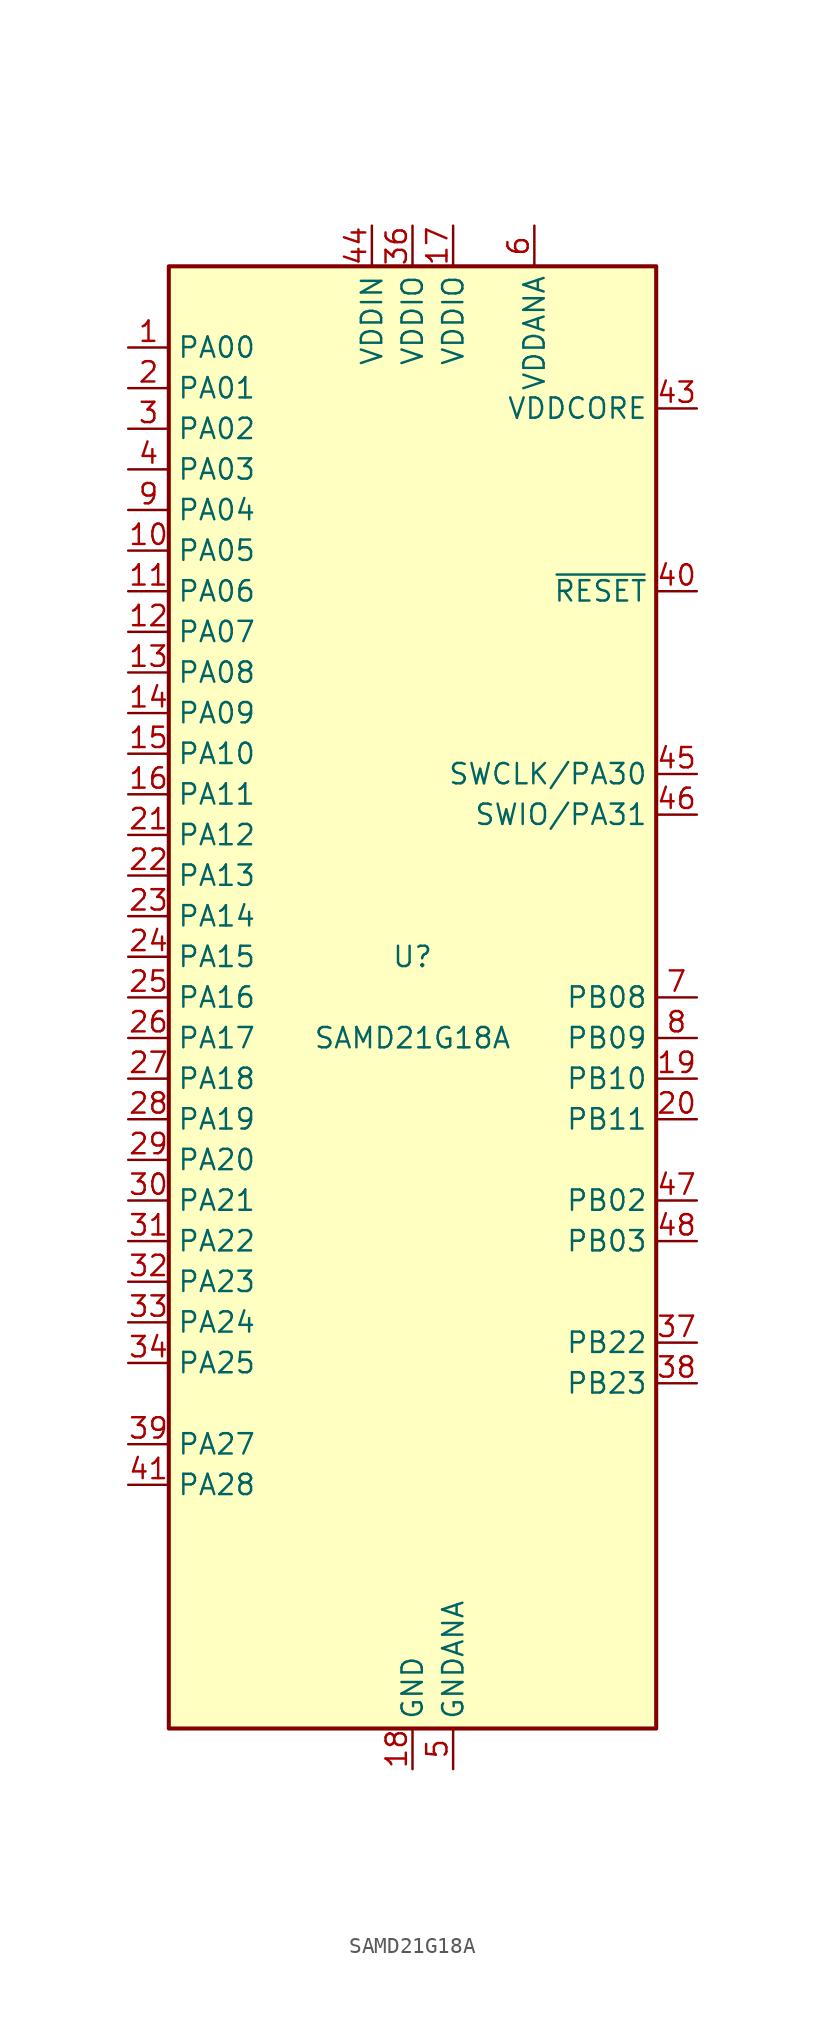
<source format=kicad_sym>
(kicad_symbol_lib
  (version 20231120)
  (generator "kicad_symbol_editor")
  (generator_version "8.0")
  (symbol "SAMD21G18A"
    (property "Reference" "U"
      (at 0 2.54 0)
      (effects (font (size 1.27 1.27))))
    (property "Value" "SAMD21G18A"
      (at 0 -2.54 0)
      (effects (font (size 1.27 1.27))))
    (symbol "SAMD21G18A_0_1"
      (rectangle (start -15.24 45.72) (end 15.24 -45.72) (stroke (width 0.254) (type default)) (fill (type background))))
    (symbol "SAMD21G18A_1_1"
      (pin bidirectional line (at -17.78 40.64 0) (length 2.54) (name "PA00" (effects (font (size 1.27 1.27)))) (number "1" (effects (font (size 1.27 1.27)))))
      (pin bidirectional line (at -17.78 27.94 0) (length 2.54) (name "PA05" (effects (font (size 1.27 1.27)))) (number "10" (effects (font (size 1.27 1.27)))))
      (pin bidirectional line (at -17.78 25.4 0) (length 2.54) (name "PA06" (effects (font (size 1.27 1.27)))) (number "11" (effects (font (size 1.27 1.27)))))
      (pin bidirectional line (at -17.78 22.86 0) (length 2.54) (name "PA07" (effects (font (size 1.27 1.27)))) (number "12" (effects (font (size 1.27 1.27)))))
      (pin bidirectional line (at -17.78 20.32 0) (length 2.54) (name "PA08" (effects (font (size 1.27 1.27)))) (number "13" (effects (font (size 1.27 1.27)))))
      (pin bidirectional line (at -17.78 17.78 0) (length 2.54) (name "PA09" (effects (font (size 1.27 1.27)))) (number "14" (effects (font (size 1.27 1.27)))))
      (pin bidirectional line (at -17.78 15.24 0) (length 2.54) (name "PA10" (effects (font (size 1.27 1.27)))) (number "15" (effects (font (size 1.27 1.27)))))
      (pin bidirectional line (at -17.78 12.7 0) (length 2.54) (name "PA11" (effects (font (size 1.27 1.27)))) (number "16" (effects (font (size 1.27 1.27)))))
      (pin power_in line (at 2.54 48.26 270) (length 2.54) (name "VDDIO" (effects (font (size 1.27 1.27)))) (number "17" (effects (font (size 1.27 1.27)))))
      (pin power_in line (at 0 -48.26 90) (length 2.54) (name "GND" (effects (font (size 1.27 1.27)))) (number "18" (effects (font (size 1.27 1.27)))))
      (pin bidirectional line (at 17.78 -5.08 180) (length 2.54) (name "PB10" (effects (font (size 1.27 1.27)))) (number "19" (effects (font (size 1.27 1.27)))))
      (pin bidirectional line (at -17.78 38.1 0) (length 2.54) (name "PA01" (effects (font (size 1.27 1.27)))) (number "2" (effects (font (size 1.27 1.27)))))
      (pin bidirectional line (at 17.78 -7.62 180) (length 2.54) (name "PB11" (effects (font (size 1.27 1.27)))) (number "20" (effects (font (size 1.27 1.27)))))
      (pin bidirectional line (at -17.78 10.16 0) (length 2.54) (name "PA12" (effects (font (size 1.27 1.27)))) (number "21" (effects (font (size 1.27 1.27)))))
      (pin bidirectional line (at -17.78 7.62 0) (length 2.54) (name "PA13" (effects (font (size 1.27 1.27)))) (number "22" (effects (font (size 1.27 1.27)))))
      (pin bidirectional line (at -17.78 5.08 0) (length 2.54) (name "PA14" (effects (font (size 1.27 1.27)))) (number "23" (effects (font (size 1.27 1.27)))))
      (pin bidirectional line (at -17.78 2.54 0) (length 2.54) (name "PA15" (effects (font (size 1.27 1.27)))) (number "24" (effects (font (size 1.27 1.27)))))
      (pin bidirectional line (at -17.78 0 0) (length 2.54) (name "PA16" (effects (font (size 1.27 1.27)))) (number "25" (effects (font (size 1.27 1.27)))))
      (pin bidirectional line (at -17.78 -2.54 0) (length 2.54) (name "PA17" (effects (font (size 1.27 1.27)))) (number "26" (effects (font (size 1.27 1.27)))))
      (pin bidirectional line (at -17.78 -5.08 0) (length 2.54) (name "PA18" (effects (font (size 1.27 1.27)))) (number "27" (effects (font (size 1.27 1.27)))))
      (pin bidirectional line (at -17.78 -7.62 0) (length 2.54) (name "PA19" (effects (font (size 1.27 1.27)))) (number "28" (effects (font (size 1.27 1.27)))))
      (pin bidirectional line (at -17.78 -10.16 0) (length 2.54) (name "PA20" (effects (font (size 1.27 1.27)))) (number "29" (effects (font (size 1.27 1.27)))))
      (pin bidirectional line (at -17.78 35.56 0) (length 2.54) (name "PA02" (effects (font (size 1.27 1.27)))) (number "3" (effects (font (size 1.27 1.27)))))
      (pin bidirectional line (at -17.78 -12.7 0) (length 2.54) (name "PA21" (effects (font (size 1.27 1.27)))) (number "30" (effects (font (size 1.27 1.27)))))
      (pin bidirectional line (at -17.78 -15.24 0) (length 2.54) (name "PA22" (effects (font (size 1.27 1.27)))) (number "31" (effects (font (size 1.27 1.27)))))
      (pin bidirectional line (at -17.78 -17.78 0) (length 2.54) (name "PA23" (effects (font (size 1.27 1.27)))) (number "32" (effects (font (size 1.27 1.27)))))
      (pin bidirectional line (at -17.78 -20.32 0) (length 2.54) (name "PA24" (effects (font (size 1.27 1.27)))) (number "33" (effects (font (size 1.27 1.27)))))
      (pin bidirectional line (at -17.78 -22.86 0) (length 2.54) (name "PA25" (effects (font (size 1.27 1.27)))) (number "34" (effects (font (size 1.27 1.27)))))
      (pin passive line (at 0 -48.26 90) (length 2.54) hide (name "GND" (effects (font (size 1.27 1.27)))) (number "35" (effects (font (size 1.27 1.27)))))
      (pin power_in line (at 0 48.26 270) (length 2.54) (name "VDDIO" (effects (font (size 1.27 1.27)))) (number "36" (effects (font (size 1.27 1.27)))))
      (pin bidirectional line (at 17.78 -21.59 180) (length 2.54) (name "PB22" (effects (font (size 1.27 1.27)))) (number "37" (effects (font (size 1.27 1.27)))))
      (pin bidirectional line (at 17.78 -24.13 180) (length 2.54) (name "PB23" (effects (font (size 1.27 1.27)))) (number "38" (effects (font (size 1.27 1.27)))))
      (pin bidirectional line (at -17.78 -27.94 0) (length 2.54) (name "PA27" (effects (font (size 1.27 1.27)))) (number "39" (effects (font (size 1.27 1.27)))))
      (pin bidirectional line (at -17.78 33.02 0) (length 2.54) (name "PA03" (effects (font (size 1.27 1.27)))) (number "4" (effects (font (size 1.27 1.27)))))
      (pin input line (at 17.78 25.4 180) (length 2.54) (name "~{RESET}" (effects (font (size 1.27 1.27)))) (number "40" (effects (font (size 1.27 1.27)))))
      (pin bidirectional line (at -17.78 -30.48 0) (length 2.54) (name "PA28" (effects (font (size 1.27 1.27)))) (number "41" (effects (font (size 1.27 1.27)))))
      (pin passive line (at 0 -48.26 90) (length 2.54) hide (name "GND" (effects (font (size 1.27 1.27)))) (number "42" (effects (font (size 1.27 1.27)))))
      (pin power_out line (at 17.78 36.83 180) (length 2.54) (name "VDDCORE" (effects (font (size 1.27 1.27)))) (number "43" (effects (font (size 1.27 1.27)))))
      (pin power_in line (at -2.54 48.26 270) (length 2.54) (name "VDDIN" (effects (font (size 1.27 1.27)))) (number "44" (effects (font (size 1.27 1.27)))))
      (pin bidirectional line (at 17.78 13.97 180) (length 2.54) (name "SWCLK/PA30" (effects (font (size 1.27 1.27)))) (number "45" (effects (font (size 1.27 1.27)))))
      (pin bidirectional line (at 17.78 11.43 180) (length 2.54) (name "SWIO/PA31" (effects (font (size 1.27 1.27)))) (number "46" (effects (font (size 1.27 1.27)))))
      (pin bidirectional line (at 17.78 -12.7 180) (length 2.54) (name "PB02" (effects (font (size 1.27 1.27)))) (number "47" (effects (font (size 1.27 1.27)))))
      (pin bidirectional line (at 17.78 -15.24 180) (length 2.54) (name "PB03" (effects (font (size 1.27 1.27)))) (number "48" (effects (font (size 1.27 1.27)))))
      (pin power_in line (at 2.54 -48.26 90) (length 2.54) (name "GNDANA" (effects (font (size 1.27 1.27)))) (number "5" (effects (font (size 1.27 1.27)))))
      (pin power_in line (at 7.62 48.26 270) (length 2.54) (name "VDDANA" (effects (font (size 1.27 1.27)))) (number "6" (effects (font (size 1.27 1.27)))))
      (pin bidirectional line (at 17.78 0 180) (length 2.54) (name "PB08" (effects (font (size 1.27 1.27)))) (number "7" (effects (font (size 1.27 1.27)))))
      (pin bidirectional line (at 17.78 -2.54 180) (length 2.54) (name "PB09" (effects (font (size 1.27 1.27)))) (number "8" (effects (font (size 1.27 1.27)))))
      (pin bidirectional line (at -17.78 30.48 0) (length 2.54) (name "PA04" (effects (font (size 1.27 1.27)))) (number "9" (effects (font (size 1.27 1.27))))))))
</source>
